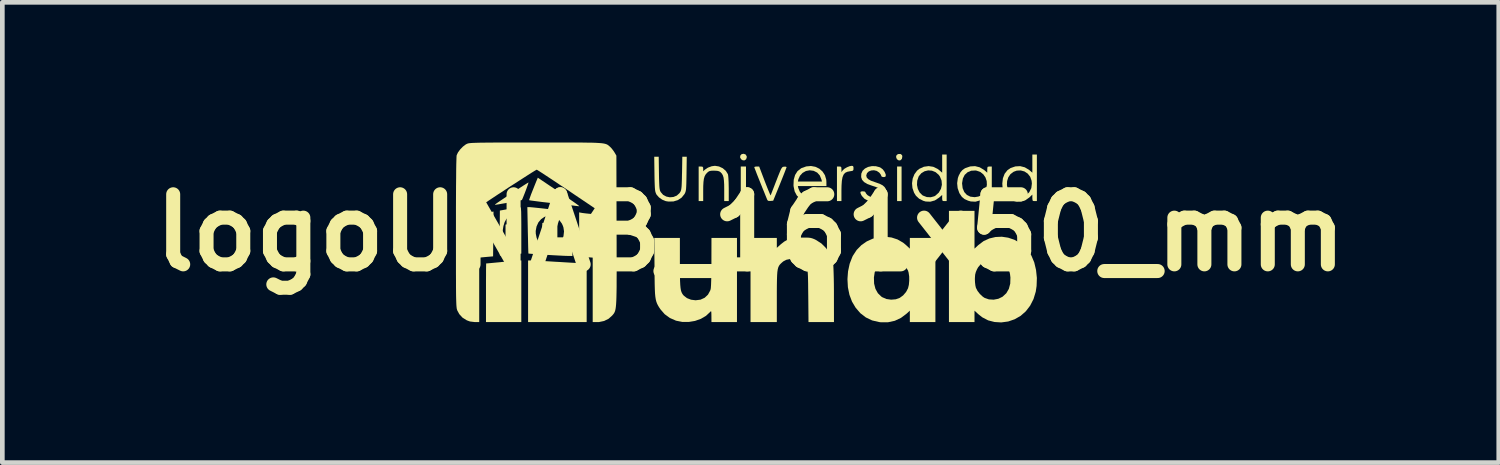
<source format=kicad_pcb>
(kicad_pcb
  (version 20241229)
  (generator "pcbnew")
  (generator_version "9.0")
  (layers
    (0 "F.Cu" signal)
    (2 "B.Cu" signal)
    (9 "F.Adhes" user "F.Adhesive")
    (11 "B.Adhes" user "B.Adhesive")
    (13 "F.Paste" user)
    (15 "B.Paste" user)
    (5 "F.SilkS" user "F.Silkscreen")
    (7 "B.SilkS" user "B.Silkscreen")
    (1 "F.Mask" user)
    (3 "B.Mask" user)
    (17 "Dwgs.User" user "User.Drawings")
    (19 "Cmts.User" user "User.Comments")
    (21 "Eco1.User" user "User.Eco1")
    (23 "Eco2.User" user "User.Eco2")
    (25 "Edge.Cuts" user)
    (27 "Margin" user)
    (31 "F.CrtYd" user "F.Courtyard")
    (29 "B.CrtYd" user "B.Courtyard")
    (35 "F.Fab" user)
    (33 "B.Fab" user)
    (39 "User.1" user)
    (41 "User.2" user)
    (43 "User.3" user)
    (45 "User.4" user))
  (footprint "logoUNAB_161x50_mm"
    (layer "F.Cu")
    (at 13.014 1.93)
    (property "Reference" "logoUNAB_161x50_mm" (at 0 0 0) (layer "F.SilkS") (effects (font (size 1.5 1.5) (thickness 0.3))))
    (attr board_only exclude_from_pos_files exclude_from_bom)
    (fp_poly (pts (xy -0.097 -1.046) (xy -0.097 -0.676) (xy -0.153 -0.676) (xy -0.209 -0.676) (xy -0.209 -1.046) (xy -0.209 -1.416) (xy -0.153 -1.416) (xy -0.097 -1.416)) (stroke (width 0) (type solid)) (fill yes) (layer "F.SilkS"))
    (fp_poly (pts (xy 3.233 -1.046) (xy 3.233 -0.676) (xy 3.185 -0.676) (xy 3.137 -0.676) (xy 3.137 -1.046) (xy 3.137 -1.416) (xy 3.185 -1.416) (xy 3.233 -1.416)) (stroke (width 0) (type solid)) (fill yes) (layer "F.SilkS"))
    (fp_poly (pts (xy -0.108 -1.676) (xy -0.083 -1.639) (xy -0.08 -1.617) (xy -0.093 -1.573) (xy -0.124 -1.549) (xy -0.164 -1.548) (xy -0.2 -1.57) (xy -0.223 -1.61) (xy -0.219 -1.649) (xy -0.193 -1.679) (xy -0.153 -1.689)) (stroke (width 0) (type solid)) (fill yes) (layer "F.SilkS"))
    (fp_poly (pts (xy 3.217 -1.681) (xy 3.244 -1.658) (xy 3.249 -1.627) (xy 3.239 -1.579) (xy 3.212 -1.551) (xy 3.176 -1.545) (xy 3.141 -1.566) (xy 3.131 -1.577) (xy 3.115 -1.621) (xy 3.125 -1.658) (xy 3.156 -1.682) (xy 3.203 -1.685)) (stroke (width 0) (type solid)) (fill yes) (layer "F.SilkS"))
    (fp_poly (pts (xy -5.069 -0.186) (xy -5.057 -0.162) (xy -5.052 -0.117) (xy -5.051 -0.048) (xy -5.051 0) (xy -5.051 0.193) (xy -5.148 0.193) (xy -5.244 0.193) (xy -5.244 0.01) (xy -5.244 -0.173) (xy -5.184 -0.183) (xy -5.129 -0.192) (xy -5.092 -0.194)) (stroke (width 0) (type solid)) (fill yes) (layer "F.SilkS"))
    (fp_poly (pts (xy -4.355 -0.209) (xy -4.29 -0.207) (xy -4.227 -0.203) (xy -4.194 -0.199) (xy -4.134 -0.189) (xy -4.134 0.002) (xy -4.134 0.193) (xy -4.235 0.19) (xy -4.3 0.188) (xy -4.363 0.184) (xy -4.396 0.181) (xy -4.456 0.175) (xy -4.456 -0.017) (xy -4.456 -0.209)) (stroke (width 0) (type solid)) (fill yes) (layer "F.SilkS"))
    (fp_poly (pts (xy -4.685 0.595) (xy -4.65 0.596) (xy -4.588 0.599) (xy -4.503 0.604) (xy -4.399 0.609) (xy -4.282 0.616) (xy -4.155 0.624) (xy -4.094 0.627) (xy -3.967 0.635) (xy -3.849 0.642) (xy -3.745 0.648) (xy -3.657 0.653) (xy -3.592 0.657) (xy -3.552 0.659) (xy -3.543 0.659) (xy -3.507 0.66) (xy -3.507 1.287) (xy -3.507 1.914) (xy -4.134 1.914) (xy -4.761 1.914) (xy -4.761 1.255) (xy -4.761 0.595)) (stroke (width 0) (type solid)) (fill yes) (layer "F.SilkS"))
    (fp_poly (pts (xy -4.906 1.255) (xy -4.906 1.914) (xy -5.284 1.914) (xy -5.662 1.914) (xy -5.662 1.287) (xy -5.662 1.148) (xy -5.662 1.02) (xy -5.661 0.907) (xy -5.661 0.81) (xy -5.66 0.735) (xy -5.659 0.684) (xy -5.659 0.66) (xy -5.658 0.659) (xy -5.642 0.658) (xy -5.598 0.654) (xy -5.532 0.648) (xy -5.448 0.64) (xy -5.351 0.631) (xy -5.316 0.627) (xy -5.214 0.618) (xy -5.12 0.609) (xy -5.04 0.603) (xy -4.981 0.598) (xy -4.947 0.595) (xy -4.942 0.595) (xy -4.906 0.595)) (stroke (width 0) (type solid)) (fill yes) (layer "F.SilkS"))
    (fp_poly (pts (xy 2.193 -1.426) (xy 2.203 -1.405) (xy 2.204 -1.377) (xy 2.202 -1.344) (xy 2.19 -1.327) (xy 2.16 -1.319) (xy 2.131 -1.315) (xy 2.071 -1.303) (xy 2.025 -1.281) (xy 1.992 -1.243) (xy 1.969 -1.188) (xy 1.955 -1.111) (xy 1.948 -1.008) (xy 1.946 -0.909) (xy 1.946 -0.676) (xy 1.898 -0.676) (xy 1.85 -0.676) (xy 1.85 -1.046) (xy 1.85 -1.416) (xy 1.898 -1.416) (xy 1.93 -1.413) (xy 1.943 -1.398) (xy 1.946 -1.361) (xy 1.946 -1.356) (xy 1.946 -1.296) (xy 1.973 -1.333) (xy 2.009 -1.367) (xy 2.063 -1.399) (xy 2.122 -1.423) (xy 2.168 -1.431)) (stroke (width 0) (type solid)) (fill yes) (layer "F.SilkS"))
    (fp_poly (pts (xy -4.13 -0.892) (xy -3.995 -0.801) (xy -3.885 -0.726) (xy -3.799 -0.667) (xy -3.735 -0.622) (xy -3.693 -0.591) (xy -3.67 -0.572) (xy -3.665 -0.565) (xy -3.668 -0.565) (xy -3.685 -0.567) (xy -3.731 -0.572) (xy -3.801 -0.581) (xy -3.891 -0.591) (xy -3.998 -0.603) (xy -4.118 -0.617) (xy -4.203 -0.627) (xy -4.33 -0.642) (xy -4.446 -0.655) (xy -4.548 -0.668) (xy -4.631 -0.679) (xy -4.693 -0.687) (xy -4.73 -0.693) (xy -4.738 -0.695) (xy -4.735 -0.712) (xy -4.72 -0.755) (xy -4.697 -0.82) (xy -4.664 -0.903) (xy -4.625 -1.001) (xy -4.581 -1.11) (xy -4.575 -1.123) (xy -4.553 -1.177)) (stroke (width 0) (type solid)) (fill yes) (layer "F.SilkS"))
    (fp_poly (pts (xy -4.756 -1.058) (xy -4.769 -1.019) (xy -4.788 -0.965) (xy -4.811 -0.902) (xy -4.836 -0.837) (xy -4.86 -0.777) (xy -4.879 -0.73) (xy -4.892 -0.702) (xy -4.895 -0.698) (xy -4.911 -0.694) (xy -4.953 -0.686) (xy -5.014 -0.674) (xy -5.088 -0.66) (xy -5.17 -0.646) (xy -5.252 -0.631) (xy -5.329 -0.618) (xy -5.395 -0.606) (xy -5.443 -0.599) (xy -5.467 -0.595) (xy -5.468 -0.595) (xy -5.466 -0.604) (xy -5.46 -0.609) (xy -5.44 -0.625) (xy -5.398 -0.654) (xy -5.339 -0.694) (xy -5.267 -0.742) (xy -5.187 -0.795) (xy -5.103 -0.851) (xy -5.019 -0.906) (xy -4.94 -0.957) (xy -4.869 -1.003) (xy -4.812 -1.039) (xy -4.772 -1.064) (xy -4.753 -1.074) (xy -4.752 -1.074)) (stroke (width 0) (type solid)) (fill yes) (layer "F.SilkS"))
    (fp_poly (pts (xy -0.675 -1.417) (xy -0.594 -1.379) (xy -0.528 -1.322) (xy -0.485 -1.253) (xy -0.484 -1.25) (xy -0.478 -1.218) (xy -0.473 -1.16) (xy -0.469 -1.083) (xy -0.467 -0.992) (xy -0.466 -0.94) (xy -0.466 -0.676) (xy -0.515 -0.676) (xy -0.563 -0.676) (xy -0.563 -0.917) (xy -0.564 -1.029) (xy -0.569 -1.115) (xy -0.577 -1.178) (xy -0.592 -1.226) (xy -0.612 -1.262) (xy -0.641 -1.293) (xy -0.643 -1.295) (xy -0.673 -1.314) (xy -0.715 -1.324) (xy -0.778 -1.327) (xy -0.782 -1.327) (xy -0.84 -1.326) (xy -0.878 -1.318) (xy -0.907 -1.302) (xy -0.934 -1.277) (xy -0.962 -1.244) (xy -0.983 -1.204) (xy -0.998 -1.154) (xy -1.007 -1.087) (xy -1.012 -0.998) (xy -1.013 -0.889) (xy -1.013 -0.676) (xy -1.062 -0.676) (xy -1.11 -0.676) (xy -1.11 -1.046) (xy -1.11 -1.416) (xy -1.062 -1.416) (xy -1.028 -1.412) (xy -1.015 -1.394) (xy -1.013 -1.365) (xy -1.013 -1.313) (xy -0.977 -1.348) (xy -0.911 -1.392) (xy -0.83 -1.422) (xy -0.761 -1.431)) (stroke (width 0) (type solid)) (fill yes) (layer "F.SilkS"))
    (fp_poly (pts (xy 0.185 -1.416) (xy 0.305 -1.1) (xy 0.341 -1.007) (xy 0.373 -0.927) (xy 0.4 -0.862) (xy 0.419 -0.818) (xy 0.429 -0.799) (xy 0.431 -0.799) (xy 0.438 -0.817) (xy 0.455 -0.861) (xy 0.48 -0.925) (xy 0.511 -1.005) (xy 0.546 -1.096) (xy 0.552 -1.11) (xy 0.591 -1.211) (xy 0.622 -1.287) (xy 0.644 -1.34) (xy 0.662 -1.375) (xy 0.677 -1.396) (xy 0.691 -1.407) (xy 0.707 -1.411) (xy 0.72 -1.413) (xy 0.755 -1.412) (xy 0.772 -1.405) (xy 0.772 -1.404) (xy 0.766 -1.386) (xy 0.75 -1.343) (xy 0.725 -1.278) (xy 0.693 -1.197) (xy 0.655 -1.102) (xy 0.629 -1.037) (xy 0.485 -0.684) (xy 0.427 -0.679) (xy 0.386 -0.679) (xy 0.364 -0.693) (xy 0.355 -0.711) (xy 0.345 -0.736) (xy 0.324 -0.787) (xy 0.296 -0.857) (xy 0.261 -0.942) (xy 0.223 -1.037) (xy 0.21 -1.069) (xy 0.172 -1.164) (xy 0.138 -1.249) (xy 0.111 -1.32) (xy 0.091 -1.371) (xy 0.081 -1.399) (xy 0.08 -1.403) (xy 0.095 -1.412) (xy 0.129 -1.416) (xy 0.133 -1.416)) (stroke (width 0) (type solid)) (fill yes) (layer "F.SilkS"))
    (fp_poly (pts (xy -1.96 -1.275) (xy -1.958 -1.158) (xy -1.955 -1.069) (xy -1.952 -1.003) (xy -1.948 -0.955) (xy -1.942 -0.92) (xy -1.935 -0.895) (xy -1.924 -0.873) (xy -1.922 -0.869) (xy -1.871 -0.81) (xy -1.803 -0.773) (xy -1.728 -0.757) (xy -1.65 -0.764) (xy -1.579 -0.793) (xy -1.522 -0.844) (xy -1.505 -0.868) (xy -1.494 -0.889) (xy -1.486 -0.914) (xy -1.48 -0.948) (xy -1.475 -0.994) (xy -1.472 -1.059) (xy -1.469 -1.145) (xy -1.467 -1.259) (xy -1.466 -1.274) (xy -1.46 -1.625) (xy -1.412 -1.625) (xy -1.365 -1.625) (xy -1.37 -1.259) (xy -1.372 -1.14) (xy -1.374 -1.049) (xy -1.377 -0.981) (xy -1.38 -0.932) (xy -1.386 -0.896) (xy -1.393 -0.869) (xy -1.403 -0.846) (xy -1.412 -0.828) (xy -1.474 -0.751) (xy -1.555 -0.697) (xy -1.651 -0.668) (xy -1.757 -0.666) (xy -1.814 -0.675) (xy -1.89 -0.706) (xy -1.959 -0.755) (xy -2.011 -0.814) (xy -2.02 -0.831) (xy -2.03 -0.855) (xy -2.038 -0.882) (xy -2.044 -0.919) (xy -2.048 -0.969) (xy -2.051 -1.038) (xy -2.054 -1.129) (xy -2.056 -1.247) (xy -2.056 -1.259) (xy -2.061 -1.625) (xy -2.013 -1.625) (xy -1.965 -1.625)) (stroke (width 0) (type solid)) (fill yes) (layer "F.SilkS"))
    (fp_poly (pts (xy 6.129 -1.174) (xy 6.129 -0.676) (xy 6.081 -0.676) (xy 6.051 -0.678) (xy 6.037 -0.69) (xy 6.033 -0.722) (xy 6.032 -0.746) (xy 6.032 -0.815) (xy 5.968 -0.754) (xy 5.885 -0.695) (xy 5.791 -0.665) (xy 5.693 -0.664) (xy 5.646 -0.675) (xy 5.546 -0.719) (xy 5.471 -0.783) (xy 5.42 -0.868) (xy 5.394 -0.974) (xy 5.391 -1.019) (xy 5.488 -1.019) (xy 5.505 -0.936) (xy 5.544 -0.861) (xy 5.604 -0.801) (xy 5.63 -0.785) (xy 5.695 -0.764) (xy 5.771 -0.76) (xy 5.844 -0.772) (xy 5.899 -0.799) (xy 5.968 -0.869) (xy 6.01 -0.954) (xy 6.022 -1.051) (xy 6.016 -1.112) (xy 5.986 -1.197) (xy 5.933 -1.264) (xy 5.864 -1.31) (xy 5.784 -1.332) (xy 5.699 -1.328) (xy 5.632 -1.304) (xy 5.564 -1.253) (xy 5.517 -1.184) (xy 5.492 -1.104) (xy 5.488 -1.019) (xy 5.391 -1.019) (xy 5.389 -1.052) (xy 5.402 -1.165) (xy 5.439 -1.261) (xy 5.499 -1.337) (xy 5.566 -1.383) (xy 5.668 -1.418) (xy 5.771 -1.424) (xy 5.87 -1.399) (xy 5.96 -1.346) (xy 5.967 -1.34) (xy 6.032 -1.284) (xy 6.032 -1.479) (xy 6.032 -1.673) (xy 6.081 -1.673) (xy 6.129 -1.673)) (stroke (width 0) (type solid)) (fill yes) (layer "F.SilkS"))
    (fp_poly (pts (xy 4.198 -1.174) (xy 4.198 -0.676) (xy 4.15 -0.676) (xy 4.119 -0.678) (xy 4.106 -0.692) (xy 4.102 -0.725) (xy 4.102 -0.741) (xy 4.102 -0.807) (xy 4.035 -0.749) (xy 3.945 -0.69) (xy 3.849 -0.663) (xy 3.75 -0.667) (xy 3.698 -0.682) (xy 3.608 -0.727) (xy 3.54 -0.791) (xy 3.5 -0.856) (xy 3.466 -0.955) (xy 3.46 -1.022) (xy 3.563 -1.022) (xy 3.581 -0.936) (xy 3.62 -0.86) (xy 3.678 -0.802) (xy 3.693 -0.793) (xy 3.774 -0.762) (xy 3.857 -0.758) (xy 3.934 -0.779) (xy 3.958 -0.793) (xy 4.03 -0.858) (xy 4.076 -0.938) (xy 4.096 -1.025) (xy 4.089 -1.115) (xy 4.054 -1.201) (xy 4.026 -1.24) (xy 3.96 -1.296) (xy 3.883 -1.327) (xy 3.802 -1.333) (xy 3.724 -1.314) (xy 3.655 -1.272) (xy 3.601 -1.207) (xy 3.597 -1.198) (xy 3.568 -1.112) (xy 3.563 -1.022) (xy 3.46 -1.022) (xy 3.457 -1.058) (xy 3.471 -1.159) (xy 3.508 -1.251) (xy 3.565 -1.328) (xy 3.614 -1.367) (xy 3.711 -1.411) (xy 3.812 -1.425) (xy 3.911 -1.41) (xy 4.004 -1.365) (xy 4.037 -1.34) (xy 4.102 -1.284) (xy 4.102 -1.479) (xy 4.102 -1.673) (xy 4.15 -1.673) (xy 4.198 -1.673)) (stroke (width 0) (type solid)) (fill yes) (layer "F.SilkS"))
    (fp_poly (pts (xy 1.388 -1.41) (xy 1.473 -1.369) (xy 1.542 -1.308) (xy 1.593 -1.229) (xy 1.621 -1.133) (xy 1.624 -1.082) (xy 1.625 -0.997) (xy 1.319 -0.997) (xy 1.013 -0.997) (xy 1.023 -0.953) (xy 1.056 -0.875) (xy 1.113 -0.813) (xy 1.188 -0.772) (xy 1.274 -0.756) (xy 1.277 -0.756) (xy 1.366 -0.769) (xy 1.436 -0.806) (xy 1.486 -0.864) (xy 1.488 -0.868) (xy 1.514 -0.904) (xy 1.549 -0.916) (xy 1.561 -0.917) (xy 1.594 -0.913) (xy 1.606 -0.897) (xy 1.598 -0.865) (xy 1.576 -0.822) (xy 1.518 -0.751) (xy 1.44 -0.699) (xy 1.349 -0.669) (xy 1.251 -0.663) (xy 1.154 -0.682) (xy 1.06 -0.73) (xy 0.991 -0.795) (xy 0.945 -0.882) (xy 0.922 -0.99) (xy 0.92 -1.016) (xy 0.923 -1.094) (xy 1.013 -1.094) (xy 1.271 -1.094) (xy 1.529 -1.094) (xy 1.518 -1.138) (xy 1.483 -1.224) (xy 1.427 -1.286) (xy 1.351 -1.324) (xy 1.266 -1.335) (xy 1.186 -1.32) (xy 1.114 -1.279) (xy 1.058 -1.218) (xy 1.024 -1.143) (xy 1.023 -1.138) (xy 1.013 -1.094) (xy 0.923 -1.094) (xy 0.925 -1.134) (xy 0.954 -1.235) (xy 1.005 -1.316) (xy 1.079 -1.375) (xy 1.091 -1.382) (xy 1.193 -1.418) (xy 1.294 -1.427)) (stroke (width 0) (type solid)) (fill yes) (layer "F.SilkS"))
    (fp_poly (pts (xy -4.927 -0.544) (xy -4.92 -0.537) (xy -4.915 -0.52) (xy -4.912 -0.491) (xy -4.909 -0.446) (xy -4.908 -0.382) (xy -4.907 -0.295) (xy -4.906 -0.183) (xy -4.906 -0.05) (xy -4.906 0.447) (xy -4.959 0.456) (xy -4.999 0.461) (xy -5.06 0.467) (xy -5.131 0.473) (xy -5.156 0.475) (xy -5.224 0.48) (xy -5.282 0.486) (xy -5.32 0.491) (xy -5.329 0.493) (xy -5.356 0.49) (xy -5.365 0.479) (xy -5.367 0.458) (xy -5.369 0.409) (xy -5.37 0.337) (xy -5.37 0.245) (xy -5.37 0.138) (xy -5.369 0.052) (xy -5.306 0.052) (xy -5.295 0.146) (xy -5.27 0.228) (xy -5.233 0.29) (xy -5.185 0.33) (xy -5.134 0.337) (xy -5.085 0.312) (xy -5.061 0.288) (xy -5.021 0.226) (xy -4.993 0.151) (xy -4.978 0.068) (xy -4.973 -0.017) (xy -4.979 -0.102) (xy -4.994 -0.18) (xy -5.017 -0.249) (xy -5.048 -0.303) (xy -5.086 -0.339) (xy -5.131 -0.351) (xy -5.176 -0.337) (xy -5.225 -0.293) (xy -5.263 -0.225) (xy -5.289 -0.14) (xy -5.304 -0.045) (xy -5.306 0.052) (xy -5.369 0.052) (xy -5.369 0.019) (xy -5.369 -0.007) (xy -5.365 -0.473) (xy -5.164 -0.509) (xy -5.085 -0.523) (xy -5.016 -0.534) (xy -4.964 -0.542) (xy -4.935 -0.546) (xy -4.934 -0.546)) (stroke (width 0) (type solid)) (fill yes) (layer "F.SilkS"))
    (fp_poly (pts (xy 4.905 -1.399) (xy 4.994 -1.346) (xy 5.002 -1.34) (xy 5.067 -1.284) (xy 5.067 -1.35) (xy 5.069 -1.392) (xy 5.079 -1.411) (xy 5.104 -1.415) (xy 5.115 -1.416) (xy 5.164 -1.416) (xy 5.164 -1.046) (xy 5.164 -0.676) (xy 5.115 -0.676) (xy 5.085 -0.678) (xy 5.071 -0.692) (xy 5.067 -0.725) (xy 5.067 -0.741) (xy 5.067 -0.807) (xy 5 -0.749) (xy 4.91 -0.69) (xy 4.815 -0.663) (xy 4.715 -0.668) (xy 4.658 -0.684) (xy 4.581 -0.719) (xy 4.524 -0.766) (xy 4.477 -0.835) (xy 4.468 -0.852) (xy 4.433 -0.953) (xy 4.423 -1.054) (xy 4.528 -1.054) (xy 4.54 -0.952) (xy 4.575 -0.869) (xy 4.631 -0.808) (xy 4.705 -0.771) (xy 4.794 -0.76) (xy 4.806 -0.761) (xy 4.877 -0.773) (xy 4.931 -0.796) (xy 4.935 -0.799) (xy 5.001 -0.864) (xy 5.041 -0.94) (xy 5.059 -1.022) (xy 5.055 -1.104) (xy 5.029 -1.181) (xy 4.984 -1.247) (xy 4.921 -1.298) (xy 4.84 -1.327) (xy 4.814 -1.331) (xy 4.722 -1.326) (xy 4.645 -1.293) (xy 4.584 -1.237) (xy 4.545 -1.16) (xy 4.529 -1.065) (xy 4.528 -1.054) (xy 4.423 -1.054) (xy 4.423 -1.062) (xy 4.438 -1.169) (xy 4.457 -1.222) (xy 4.494 -1.292) (xy 4.534 -1.339) (xy 4.586 -1.376) (xy 4.601 -1.383) (xy 4.703 -1.418) (xy 4.806 -1.424)) (stroke (width 0) (type solid)) (fill yes) (layer "F.SilkS"))
    (fp_poly (pts (xy -1.512 0.641) (xy -1.512 0.8) (xy -1.511 0.93) (xy -1.508 1.035) (xy -1.504 1.118) (xy -1.498 1.182) (xy -1.49 1.232) (xy -1.478 1.271) (xy -1.463 1.302) (xy -1.445 1.329) (xy -1.427 1.349) (xy -1.36 1.401) (xy -1.273 1.435) (xy -1.175 1.447) (xy -1.174 1.447) (xy -1.07 1.434) (xy -0.981 1.393) (xy -0.911 1.327) (xy -0.863 1.239) (xy -0.853 1.208) (xy -0.849 1.177) (xy -0.845 1.117) (xy -0.842 1.033) (xy -0.839 0.928) (xy -0.837 0.807) (xy -0.837 0.672) (xy -0.837 0.631) (xy -0.836 0.113) (xy -0.563 0.113) (xy -0.29 0.113) (xy -0.29 1.013) (xy -0.29 1.914) (xy -0.563 1.914) (xy -0.836 1.914) (xy -0.837 1.79) (xy -0.838 1.728) (xy -0.84 1.693) (xy -0.845 1.681) (xy -0.855 1.687) (xy -0.866 1.699) (xy -0.954 1.781) (xy -1.064 1.845) (xy -1.189 1.889) (xy -1.322 1.911) (xy -1.458 1.911) (xy -1.589 1.885) (xy -1.599 1.882) (xy -1.726 1.826) (xy -1.837 1.745) (xy -1.925 1.644) (xy -1.93 1.637) (xy -1.959 1.594) (xy -1.982 1.555) (xy -2.001 1.517) (xy -2.016 1.476) (xy -2.028 1.429) (xy -2.037 1.373) (xy -2.044 1.303) (xy -2.048 1.216) (xy -2.051 1.11) (xy -2.053 0.979) (xy -2.055 0.822) (xy -2.055 0.744) (xy -2.06 0.113) (xy -1.786 0.113) (xy -1.512 0.113)) (stroke (width 0) (type solid)) (fill yes) (layer "F.SilkS"))
    (fp_poly (pts (xy 1.185 0.105) (xy 1.245 0.107) (xy 1.29 0.113) (xy 1.328 0.124) (xy 1.368 0.14) (xy 1.402 0.157) (xy 1.518 0.232) (xy 1.617 0.331) (xy 1.695 0.45) (xy 1.748 0.585) (xy 1.769 0.676) (xy 1.773 0.717) (xy 1.776 0.785) (xy 1.779 0.877) (xy 1.782 0.987) (xy 1.784 1.111) (xy 1.785 1.245) (xy 1.785 1.347) (xy 1.786 1.914) (xy 1.513 1.914) (xy 1.241 1.914) (xy 1.236 1.363) (xy 1.234 1.216) (xy 1.233 1.096) (xy 1.231 1.002) (xy 1.229 0.929) (xy 1.226 0.873) (xy 1.222 0.832) (xy 1.217 0.801) (xy 1.211 0.777) (xy 1.202 0.756) (xy 1.192 0.735) (xy 1.136 0.654) (xy 1.061 0.599) (xy 0.967 0.569) (xy 0.941 0.566) (xy 0.844 0.565) (xy 0.768 0.58) (xy 0.704 0.613) (xy 0.681 0.632) (xy 0.651 0.659) (xy 0.627 0.684) (xy 0.608 0.712) (xy 0.593 0.745) (xy 0.582 0.788) (xy 0.574 0.843) (xy 0.569 0.915) (xy 0.566 1.005) (xy 0.564 1.119) (xy 0.563 1.26) (xy 0.563 1.363) (xy 0.563 1.914) (xy 0.282 1.914) (xy 0 1.914) (xy 0 1.013) (xy 0 0.113) (xy 0.282 0.113) (xy 0.563 0.113) (xy 0.563 0.219) (xy 0.563 0.325) (xy 0.644 0.252) (xy 0.718 0.193) (xy 0.792 0.151) (xy 0.875 0.124) (xy 0.973 0.11) (xy 1.095 0.105) (xy 1.102 0.105)) (stroke (width 0) (type solid)) (fill yes) (layer "F.SilkS"))
    (fp_poly (pts (xy -4.733 -0.547) (xy -4.706 -0.545) (xy -4.651 -0.54) (xy -4.574 -0.532) (xy -4.479 -0.522) (xy -4.372 -0.51) (xy -4.271 -0.499) (xy -4.158 -0.486) (xy -4.055 -0.474) (xy -3.966 -0.464) (xy -3.897 -0.457) (xy -3.85 -0.452) (xy -3.833 -0.45) (xy -3.826 -0.444) (xy -3.822 -0.421) (xy -3.818 -0.38) (xy -3.815 -0.318) (xy -3.814 -0.232) (xy -3.813 -0.119) (xy -3.812 0.023) (xy -3.812 0.024) (xy -3.812 0.499) (xy -3.937 0.497) (xy -3.992 0.495) (xy -4.071 0.491) (xy -4.169 0.486) (xy -4.277 0.48) (xy -4.388 0.473) (xy -4.406 0.472) (xy -4.508 0.466) (xy -4.598 0.459) (xy -4.671 0.454) (xy -4.724 0.45) (xy -4.751 0.447) (xy -4.754 0.446) (xy -4.755 0.43) (xy -4.757 0.385) (xy -4.759 0.316) (xy -4.761 0.227) (xy -4.763 0.121) (xy -4.766 0.003) (xy -4.767 -0.036) (xy -4.598 -0.036) (xy -4.596 0.024) (xy -4.579 0.108) (xy -4.547 0.186) (xy -4.506 0.247) (xy -4.494 0.26) (xy -4.415 0.312) (xy -4.327 0.336) (xy -4.237 0.331) (xy -4.159 0.301) (xy -4.088 0.244) (xy -4.035 0.165) (xy -4.003 0.072) (xy -3.992 -0.028) (xy -4.006 -0.123) (xy -4.036 -0.192) (xy -4.084 -0.258) (xy -4.143 -0.315) (xy -4.203 -0.352) (xy -4.235 -0.362) (xy -4.326 -0.364) (xy -4.41 -0.338) (xy -4.482 -0.289) (xy -4.541 -0.219) (xy -4.58 -0.133) (xy -4.598 -0.036) (xy -4.767 -0.036) (xy -4.767 -0.052) (xy -4.777 -0.547)) (stroke (width 0) (type solid)) (fill yes) (layer "F.SilkS"))
    (fp_poly (pts (xy 3.017 0.103) (xy 3.146 0.145) (xy 3.266 0.214) (xy 3.329 0.266) (xy 3.41 0.342) (xy 3.41 0.227) (xy 3.41 0.113) (xy 3.684 0.113) (xy 3.957 0.113) (xy 3.957 1.013) (xy 3.957 1.914) (xy 3.684 1.914) (xy 3.41 1.914) (xy 3.41 1.792) (xy 3.41 1.669) (xy 3.341 1.733) (xy 3.22 1.824) (xy 3.088 1.886) (xy 2.945 1.917) (xy 2.792 1.918) (xy 2.751 1.913) (xy 2.602 1.878) (xy 2.468 1.814) (xy 2.35 1.723) (xy 2.249 1.605) (xy 2.172 1.475) (xy 2.117 1.329) (xy 2.084 1.168) (xy 2.075 0.999) (xy 2.077 0.961) (xy 2.641 0.961) (xy 2.645 1.09) (xy 2.674 1.203) (xy 2.726 1.296) (xy 2.801 1.369) (xy 2.821 1.382) (xy 2.909 1.42) (xy 3.009 1.434) (xy 3.109 1.426) (xy 3.193 1.396) (xy 3.267 1.342) (xy 3.33 1.268) (xy 3.371 1.19) (xy 3.389 1.117) (xy 3.397 1.028) (xy 3.396 0.937) (xy 3.384 0.856) (xy 3.371 0.812) (xy 3.318 0.721) (xy 3.245 0.651) (xy 3.16 0.602) (xy 3.066 0.577) (xy 2.969 0.575) (xy 2.876 0.599) (xy 2.79 0.648) (xy 2.749 0.686) (xy 2.694 0.76) (xy 2.659 0.843) (xy 2.643 0.946) (xy 2.641 0.961) (xy 2.077 0.961) (xy 2.087 0.829) (xy 2.122 0.665) (xy 2.18 0.516) (xy 2.191 0.494) (xy 2.272 0.37) (xy 2.373 0.267) (xy 2.488 0.187) (xy 2.614 0.13) (xy 2.747 0.096) (xy 2.882 0.087)) (stroke (width 0) (type solid)) (fill yes) (layer "F.SilkS"))
    (fp_poly (pts (xy 4.794 -0.062) (xy 4.794 0.342) (xy 4.875 0.266) (xy 4.988 0.181) (xy 5.112 0.124) (xy 5.244 0.093) (xy 5.379 0.087) (xy 5.514 0.107) (xy 5.645 0.151) (xy 5.766 0.218) (xy 5.876 0.308) (xy 5.969 0.42) (xy 6.013 0.494) (xy 6.073 0.637) (xy 6.111 0.799) (xy 6.129 0.969) (xy 6.123 1.142) (xy 6.105 1.263) (xy 6.057 1.421) (xy 5.985 1.562) (xy 5.893 1.682) (xy 5.782 1.78) (xy 5.655 1.853) (xy 5.516 1.901) (xy 5.366 1.921) (xy 5.222 1.912) (xy 5.086 1.877) (xy 4.961 1.812) (xy 4.875 1.744) (xy 4.794 1.669) (xy 4.794 1.791) (xy 4.794 1.914) (xy 4.52 1.914) (xy 4.247 1.914) (xy 4.247 0.997) (xy 4.802 0.997) (xy 4.805 1.066) (xy 4.813 1.132) (xy 4.824 1.18) (xy 4.824 1.18) (xy 4.858 1.246) (xy 4.91 1.313) (xy 4.971 1.37) (xy 5.01 1.396) (xy 5.102 1.428) (xy 5.204 1.434) (xy 5.304 1.415) (xy 5.393 1.372) (xy 5.394 1.371) (xy 5.474 1.297) (xy 5.529 1.203) (xy 5.559 1.09) (xy 5.563 0.959) (xy 5.562 0.952) (xy 5.554 0.886) (xy 5.54 0.825) (xy 5.526 0.788) (xy 5.465 0.697) (xy 5.388 0.631) (xy 5.3 0.589) (xy 5.206 0.571) (xy 5.112 0.577) (xy 5.021 0.607) (xy 4.94 0.661) (xy 4.872 0.74) (xy 4.847 0.785) (xy 4.822 0.843) (xy 4.808 0.898) (xy 4.803 0.964) (xy 4.802 0.997) (xy 4.247 0.997) (xy 4.247 0.724) (xy 4.247 -0.466) (xy 4.52 -0.466) (xy 4.794 -0.466)) (stroke (width 0) (type solid)) (fill yes) (layer "F.SilkS"))
    (fp_poly (pts (xy 2.68 -1.423) (xy 2.763 -1.401) (xy 2.785 -1.39) (xy 2.832 -1.354) (xy 2.87 -1.302) (xy 2.893 -1.248) (xy 2.895 -1.227) (xy 2.889 -1.2) (xy 2.865 -1.191) (xy 2.847 -1.19) (xy 2.81 -1.197) (xy 2.799 -1.216) (xy 2.788 -1.243) (xy 2.762 -1.278) (xy 2.752 -1.288) (xy 2.701 -1.322) (xy 2.642 -1.336) (xy 2.582 -1.331) (xy 2.53 -1.31) (xy 2.493 -1.274) (xy 2.477 -1.226) (xy 2.477 -1.223) (xy 2.487 -1.181) (xy 2.52 -1.145) (xy 2.578 -1.112) (xy 2.665 -1.081) (xy 2.674 -1.078) (xy 2.765 -1.046) (xy 2.828 -1.013) (xy 2.87 -0.976) (xy 2.896 -0.933) (xy 2.906 -0.872) (xy 2.893 -0.805) (xy 2.862 -0.748) (xy 2.848 -0.733) (xy 2.796 -0.7) (xy 2.727 -0.675) (xy 2.656 -0.662) (xy 2.638 -0.661) (xy 2.584 -0.667) (xy 2.526 -0.681) (xy 2.52 -0.683) (xy 2.441 -0.724) (xy 2.385 -0.784) (xy 2.371 -0.807) (xy 2.352 -0.851) (xy 2.355 -0.875) (xy 2.382 -0.884) (xy 2.405 -0.885) (xy 2.448 -0.879) (xy 2.461 -0.862) (xy 2.473 -0.838) (xy 2.501 -0.806) (xy 2.511 -0.798) (xy 2.566 -0.767) (xy 2.628 -0.755) (xy 2.69 -0.76) (xy 2.744 -0.781) (xy 2.783 -0.816) (xy 2.799 -0.863) (xy 2.799 -0.867) (xy 2.793 -0.902) (xy 2.774 -0.931) (xy 2.735 -0.956) (xy 2.673 -0.982) (xy 2.604 -1.004) (xy 2.502 -1.041) (xy 2.431 -1.083) (xy 2.387 -1.132) (xy 2.368 -1.19) (xy 2.371 -1.261) (xy 2.371 -1.262) (xy 2.398 -1.324) (xy 2.449 -1.373) (xy 2.517 -1.407) (xy 2.596 -1.424)) (stroke (width 0) (type solid)) (fill yes) (layer "F.SilkS"))
    (fp_poly (pts (xy -3.926 -1.93) (xy -3.76 -1.93) (xy -3.617 -1.929) (xy -3.496 -1.927) (xy -3.395 -1.926) (xy -3.311 -1.923) (xy -3.243 -1.919) (xy -3.189 -1.915) (xy -3.146 -1.909) (xy -3.113 -1.902) (xy -3.087 -1.894) (xy -3.067 -1.885) (xy -3.049 -1.874) (xy -3.033 -1.861) (xy -3.016 -1.846) (xy -3.01 -1.841) (xy -2.971 -1.801) (xy -2.931 -1.748) (xy -2.915 -1.724) (xy -2.871 -1.649) (xy -2.867 -0.049) (xy -2.866 0.221) (xy -2.866 0.462) (xy -2.865 0.674) (xy -2.865 0.86) (xy -2.866 1.022) (xy -2.866 1.161) (xy -2.868 1.279) (xy -2.87 1.378) (xy -2.873 1.461) (xy -2.877 1.528) (xy -2.882 1.583) (xy -2.888 1.627) (xy -2.895 1.661) (xy -2.904 1.689) (xy -2.914 1.711) (xy -2.925 1.73) (xy -2.938 1.747) (xy -2.953 1.764) (xy -2.959 1.772) (xy -3.037 1.842) (xy -3.134 1.89) (xy -3.243 1.913) (xy -3.277 1.914) (xy -3.378 1.914) (xy -3.378 1.224) (xy -3.378 0.534) (xy -3.523 0.523) (xy -3.668 0.511) (xy -3.668 0.038) (xy -3.668 -0.435) (xy -3.631 -0.427) (xy -3.595 -0.421) (xy -3.541 -0.414) (xy -3.505 -0.41) (xy -3.416 -0.401) (xy -3.375 -0.462) (xy -3.335 -0.523) (xy -3.944 -0.933) (xy -4.07 -1.017) (xy -4.187 -1.096) (xy -4.295 -1.167) (xy -4.389 -1.229) (xy -4.467 -1.28) (xy -4.526 -1.318) (xy -4.563 -1.341) (xy -4.576 -1.348) (xy -4.592 -1.34) (xy -4.631 -1.317) (xy -4.691 -1.28) (xy -4.768 -1.231) (xy -4.858 -1.173) (xy -4.959 -1.108) (xy -5.068 -1.038) (xy -5.18 -0.966) (xy -5.292 -0.892) (xy -5.403 -0.82) (xy -5.507 -0.751) (xy -5.602 -0.688) (xy -5.685 -0.632) (xy -5.752 -0.586) (xy -5.8 -0.553) (xy -5.826 -0.533) (xy -5.827 -0.532) (xy -5.826 -0.514) (xy -5.81 -0.48) (xy -5.8 -0.464) (xy -5.775 -0.43) (xy -5.753 -0.414) (xy -5.722 -0.414) (xy -5.683 -0.42) (xy -5.624 -0.43) (xy -5.569 -0.44) (xy -5.553 -0.443) (xy -5.501 -0.452) (xy -5.505 0.027) (xy -5.51 0.507) (xy -5.658 0.52) (xy -5.807 0.534) (xy -5.807 1.224) (xy -5.807 1.914) (xy -5.9 1.914) (xy -6.005 1.901) (xy -6.073 1.876) (xy -6.164 1.819) (xy -6.233 1.744) (xy -6.272 1.673) (xy -6.278 1.661) (xy -6.282 1.647) (xy -6.287 1.631) (xy -6.29 1.609) (xy -6.293 1.581) (xy -6.296 1.544) (xy -6.298 1.497) (xy -6.3 1.436) (xy -6.302 1.361) (xy -6.303 1.269) (xy -6.304 1.159) (xy -6.304 1.029) (xy -6.305 0.875) (xy -6.305 0.698) (xy -6.305 0.494) (xy -6.305 0.262) (xy -6.305 0) (xy -6.305 -0.289) (xy -6.305 -0.552) (xy -6.304 -0.789) (xy -6.303 -1) (xy -6.301 -1.182) (xy -6.3 -1.337) (xy -6.298 -1.462) (xy -6.295 -1.557) (xy -6.293 -1.622) (xy -6.29 -1.656) (xy -6.289 -1.659) (xy -6.262 -1.717) (xy -6.215 -1.781) (xy -6.157 -1.841) (xy -6.097 -1.887) (xy -6.073 -1.9) (xy -6.061 -1.905) (xy -6.045 -1.91) (xy -6.026 -1.914) (xy -5.999 -1.917) (xy -5.964 -1.92) (xy -5.918 -1.922) (xy -5.859 -1.924) (xy -5.785 -1.926) (xy -5.694 -1.927) (xy -5.584 -1.928) (xy -5.452 -1.929) (xy -5.298 -1.929) (xy -5.118 -1.93) (xy -4.911 -1.93) (xy -4.674 -1.93) (xy -4.591 -1.93) (xy -4.34 -1.93) (xy -4.119 -1.93)) (stroke (width 0) (type solid)) (fill yes) (layer "F.SilkS")))
  (gr_rect
    (start -3 -3)
    (end 29.029 6.851)
    (stroke (width 0.1) (type default))
    (fill no)
    (layer "Edge.Cuts")))
</source>
